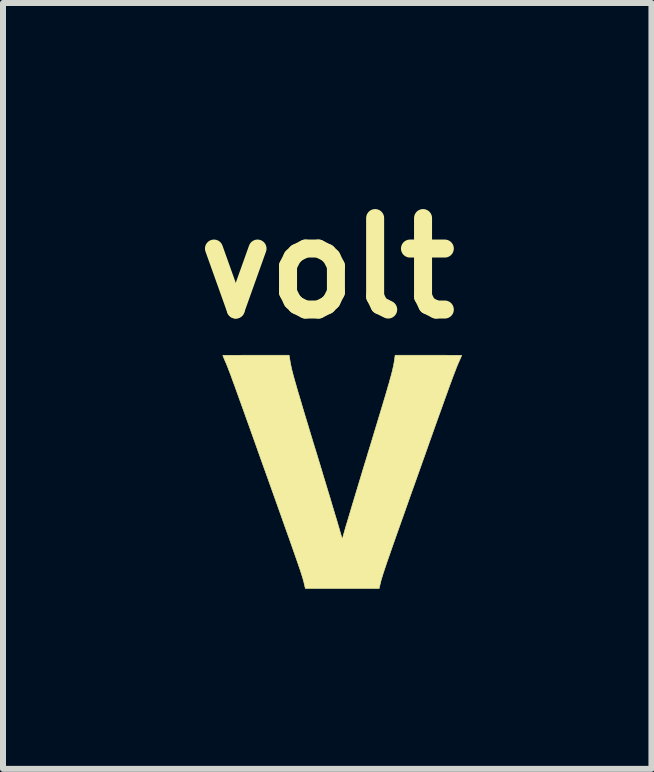
<source format=kicad_pcb>
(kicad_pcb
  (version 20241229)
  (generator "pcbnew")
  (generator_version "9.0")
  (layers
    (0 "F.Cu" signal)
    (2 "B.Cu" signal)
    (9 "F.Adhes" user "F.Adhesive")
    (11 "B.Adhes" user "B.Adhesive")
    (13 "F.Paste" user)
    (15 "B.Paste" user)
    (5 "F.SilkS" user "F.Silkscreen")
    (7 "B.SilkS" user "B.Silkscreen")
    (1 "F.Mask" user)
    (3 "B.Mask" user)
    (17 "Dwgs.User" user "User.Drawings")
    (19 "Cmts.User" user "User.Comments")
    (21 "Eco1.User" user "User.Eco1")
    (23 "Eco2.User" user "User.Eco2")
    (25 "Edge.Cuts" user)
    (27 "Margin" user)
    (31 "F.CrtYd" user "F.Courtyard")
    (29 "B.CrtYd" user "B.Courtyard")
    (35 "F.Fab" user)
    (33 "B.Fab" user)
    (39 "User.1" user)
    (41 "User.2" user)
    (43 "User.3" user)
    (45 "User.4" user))
  (footprint "volt"
    (layer "F.Cu")
    (at 2.652 4.808)
    (property "Reference" "volt" (at -0.25 -3.39 0) (layer "F.SilkS") (effects (font (size 1.524 1.524) (thickness 0.3))))
    (attr through_hole)
    (fp_poly (pts (xy 1.531 -1.939) (xy 1.621 -1.939) (xy 1.704 -1.939) (xy 1.78 -1.938) (xy 1.846 -1.938) (xy 1.901 -1.938) (xy 1.944 -1.937) (xy 1.974 -1.937) (xy 1.988 -1.937) (xy 1.99 -1.936) (xy 1.986 -1.928) (xy 1.978 -1.907) (xy 1.965 -1.877) (xy 1.949 -1.841) (xy 1.947 -1.837) (xy 1.937 -1.815) (xy 1.927 -1.791) (xy 1.916 -1.765) (xy 1.904 -1.736) (xy 1.892 -1.704) (xy 1.878 -1.667) (xy 1.862 -1.626) (xy 1.844 -1.579) (xy 1.824 -1.525) (xy 1.802 -1.465) (xy 1.777 -1.397) (xy 1.75 -1.321) (xy 1.719 -1.236) (xy 1.685 -1.141) (xy 1.647 -1.035) (xy 1.605 -0.919) (xy 1.559 -0.79) (xy 1.509 -0.649) (xy 1.454 -0.495) (xy 1.395 -0.327) (xy 1.33 -0.145) (xy 1.262 0.047) (xy 1.193 0.241) (xy 1.129 0.419) (xy 1.071 0.584) (xy 1.018 0.734) (xy 0.969 0.871) (xy 0.925 0.996) (xy 0.885 1.109) (xy 0.849 1.211) (xy 0.817 1.302) (xy 0.789 1.384) (xy 0.763 1.457) (xy 0.741 1.521) (xy 0.722 1.578) (xy 0.705 1.628) (xy 0.691 1.672) (xy 0.678 1.71) (xy 0.668 1.743) (xy 0.659 1.772) (xy 0.651 1.798) (xy 0.645 1.821) (xy 0.64 1.842) (xy 0.635 1.862) (xy 0.634 1.865) (xy 0.615 1.947) (xy -0.614 1.947) (xy -0.634 1.865) (xy -0.638 1.845) (xy -0.644 1.825) (xy -0.65 1.802) (xy -0.657 1.777) (xy -0.666 1.748) (xy -0.676 1.715) (xy -0.688 1.678) (xy -0.702 1.635) (xy -0.719 1.586) (xy -0.738 1.53) (xy -0.76 1.467) (xy -0.785 1.395) (xy -0.813 1.315) (xy -0.845 1.224) (xy -0.88 1.124) (xy -0.92 1.012) (xy -0.964 0.889) (xy -1.012 0.753) (xy -1.065 0.604) (xy -1.123 0.441) (xy -1.186 0.264) (xy -1.254 0.074) (xy -1.325 -0.124) (xy -1.39 -0.306) (xy -1.449 -0.473) (xy -1.504 -0.626) (xy -1.554 -0.767) (xy -1.6 -0.894) (xy -1.641 -1.01) (xy -1.679 -1.115) (xy -1.713 -1.209) (xy -1.743 -1.293) (xy -1.77 -1.368) (xy -1.794 -1.435) (xy -1.816 -1.494) (xy -1.835 -1.546) (xy -1.851 -1.591) (xy -1.866 -1.631) (xy -1.879 -1.665) (xy -1.891 -1.695) (xy -1.901 -1.722) (xy -1.91 -1.745) (xy -1.918 -1.766) (xy -1.926 -1.786) (xy -1.934 -1.804) (xy -1.942 -1.823) (xy -1.943 -1.824) (xy -1.96 -1.864) (xy -1.974 -1.897) (xy -1.984 -1.922) (xy -1.989 -1.935) (xy -1.99 -1.937) (xy -1.981 -1.937) (xy -1.958 -1.937) (xy -1.92 -1.938) (xy -1.869 -1.938) (xy -1.807 -1.938) (xy -1.735 -1.938) (xy -1.655 -1.939) (xy -1.568 -1.939) (xy -1.474 -1.939) (xy -1.437 -1.939) (xy -0.885 -1.939) (xy -0.869 -1.844) (xy -0.865 -1.816) (xy -0.859 -1.788) (xy -0.853 -1.757) (xy -0.846 -1.724) (xy -0.837 -1.687) (xy -0.826 -1.645) (xy -0.814 -1.598) (xy -0.799 -1.544) (xy -0.782 -1.484) (xy -0.762 -1.415) (xy -0.74 -1.338) (xy -0.714 -1.251) (xy -0.685 -1.154) (xy -0.653 -1.045) (xy -0.617 -0.925) (xy -0.576 -0.791) (xy -0.532 -0.644) (xy -0.483 -0.482) (xy -0.432 -0.318) (xy -0.39 -0.18) (xy -0.349 -0.045) (xy -0.31 0.086) (xy -0.271 0.213) (xy -0.235 0.333) (xy -0.2 0.447) (xy -0.169 0.553) (xy -0.14 0.649) (xy -0.114 0.736) (xy -0.091 0.811) (xy -0.073 0.873) (xy -0.058 0.923) (xy -0.048 0.958) (xy -0.044 0.972) (xy -0.031 1.018) (xy -0.019 1.059) (xy -0.01 1.091) (xy -0.003 1.111) (xy 0 1.118) (xy 0.003 1.11) (xy 0.011 1.088) (xy 0.02 1.056) (xy 0.032 1.014) (xy 0.044 0.972) (xy 0.051 0.946) (xy 0.063 0.905) (xy 0.08 0.85) (xy 0.1 0.783) (xy 0.124 0.703) (xy 0.151 0.612) (xy 0.181 0.512) (xy 0.214 0.403) (xy 0.249 0.287) (xy 0.286 0.164) (xy 0.325 0.035) (xy 0.365 -0.098) (xy 0.407 -0.234) (xy 0.432 -0.318) (xy 0.486 -0.493) (xy 0.534 -0.653) (xy 0.578 -0.798) (xy 0.618 -0.93) (xy 0.654 -1.049) (xy 0.686 -1.156) (xy 0.715 -1.252) (xy 0.74 -1.337) (xy 0.762 -1.414) (xy 0.782 -1.481) (xy 0.798 -1.541) (xy 0.813 -1.594) (xy 0.825 -1.64) (xy 0.836 -1.682) (xy 0.844 -1.719) (xy 0.852 -1.753) (xy 0.858 -1.783) (xy 0.863 -1.812) (xy 0.868 -1.84) (xy 0.872 -1.868) (xy 0.876 -1.897) (xy 0.876 -1.899) (xy 0.882 -1.939) (xy 1.436 -1.939) (xy 1.531 -1.939)) (stroke (width 0.01) (type solid)) (fill yes) (layer "F.SilkS")))
  (gr_rect
    (start -3 -3)
    (end 7.804 9.76)
    (stroke (width 0.1) (type default))
    (fill no)
    (layer "Edge.Cuts")))
</source>
